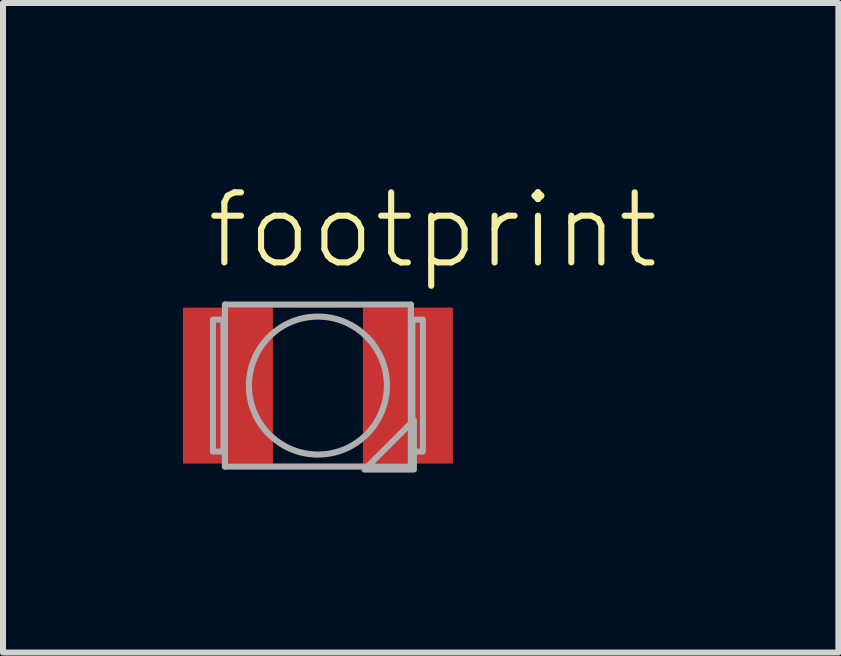
<source format=kicad_pcb>
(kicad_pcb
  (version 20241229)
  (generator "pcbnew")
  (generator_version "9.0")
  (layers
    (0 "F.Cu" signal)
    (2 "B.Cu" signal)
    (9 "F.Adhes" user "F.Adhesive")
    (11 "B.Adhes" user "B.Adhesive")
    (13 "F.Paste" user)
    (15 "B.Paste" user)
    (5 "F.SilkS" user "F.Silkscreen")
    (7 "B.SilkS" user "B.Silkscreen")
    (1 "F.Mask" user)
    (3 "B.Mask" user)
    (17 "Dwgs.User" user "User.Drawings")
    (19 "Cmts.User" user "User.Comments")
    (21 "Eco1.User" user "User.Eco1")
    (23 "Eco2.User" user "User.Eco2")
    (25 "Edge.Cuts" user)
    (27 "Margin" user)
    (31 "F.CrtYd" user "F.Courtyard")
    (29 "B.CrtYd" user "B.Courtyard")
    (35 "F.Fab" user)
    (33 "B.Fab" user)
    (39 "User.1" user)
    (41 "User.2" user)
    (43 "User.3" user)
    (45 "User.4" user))
  (footprint "footprint"
    (layer "F.Cu")
    (at 2.25 3.378)
    (property "Reference" "footprint" (at -1.905 -1.905 0) (layer "F.SilkS") (effects (font (size 1.168 1.168) (thickness 0.102)) (justify left bottom)))
    (fp_line (start -1.55 -1.35) (end 1.55 -1.35) (stroke (width 0.102) (type solid)) (layer "F.Fab"))
    (fp_line (start -1.55 1.35) (end -1.55 -1.35) (stroke (width 0.102) (type solid)) (layer "F.Fab"))
    (fp_line (start 1.55 -1.35) (end 1.55 1.35) (stroke (width 0.102) (type solid)) (layer "F.Fab"))
    (fp_line (start 1.55 1.35) (end -1.55 1.35) (stroke (width 0.102) (type solid)) (layer "F.Fab"))
    (fp_circle (center 0 0) (end 1.15 0) (stroke (width 0.102) (type solid)) (fill no) (layer "F.Fab"))
    (fp_poly (pts (xy 1.601 1.401) (xy 0.777 1.401) (xy 1.601 0.577)) (stroke (width 0.1) (type solid)) (fill no) (layer "F.Fab"))
    (fp_poly (pts (xy -1.75 1.1) (xy -1.575 1.1) (xy -1.575 -1.1) (xy -1.75 -1.1)) (stroke (width 0.1) (type solid)) (fill no) (layer "F.Fab"))
    (fp_poly (pts (xy 1.75 -1.1) (xy 1.575 -1.1) (xy 1.575 1.1) (xy 1.75 1.1)) (stroke (width 0.1) (type solid)) (fill no) (layer "F.Fab"))
    (pad "A" smd rect (at -1.5 0) (size 1.5 2.6) (layers "F.Cu" "F.Mask" "F.Paste"))
    (pad "C" smd rect (at 1.5 0 180) (size 1.5 2.6) (layers "F.Cu" "F.Mask" "F.Paste")))
  (gr_rect
    (start -3 -3)
    (end 10.927 7.829)
    (stroke (width 0.1) (type default))
    (fill no)
    (layer "Edge.Cuts")))
</source>
